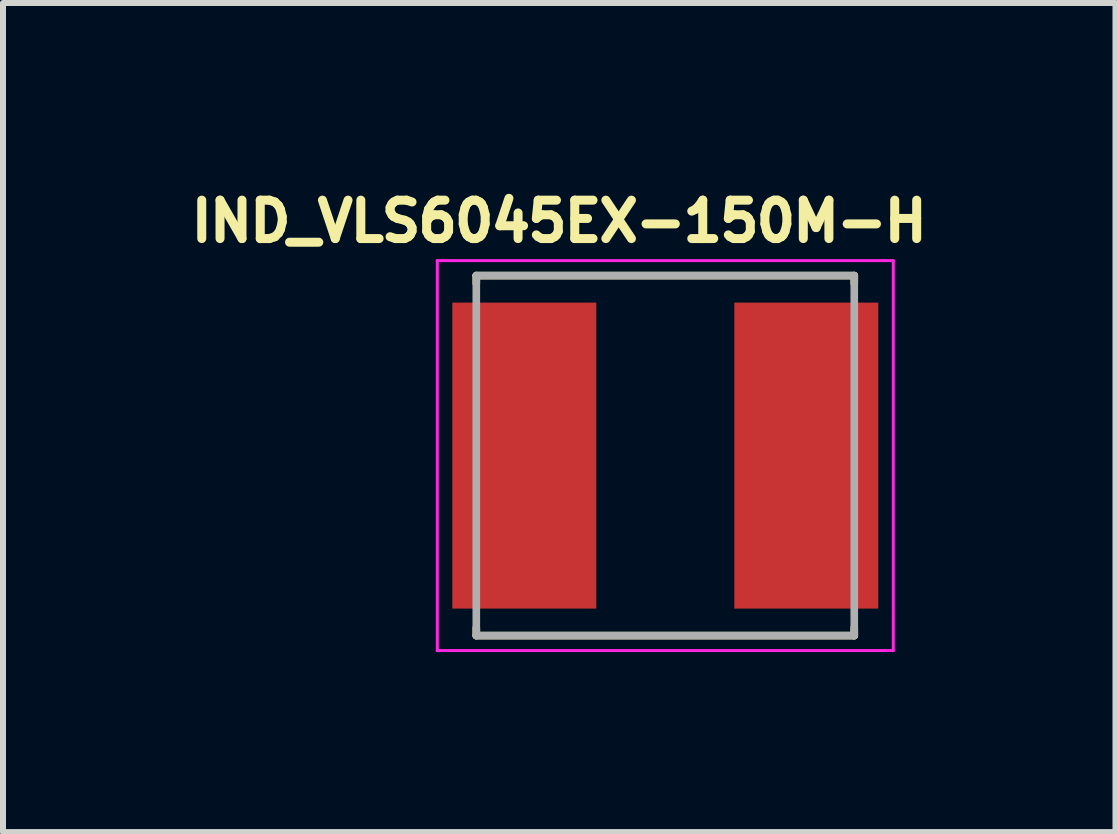
<source format=kicad_pcb>
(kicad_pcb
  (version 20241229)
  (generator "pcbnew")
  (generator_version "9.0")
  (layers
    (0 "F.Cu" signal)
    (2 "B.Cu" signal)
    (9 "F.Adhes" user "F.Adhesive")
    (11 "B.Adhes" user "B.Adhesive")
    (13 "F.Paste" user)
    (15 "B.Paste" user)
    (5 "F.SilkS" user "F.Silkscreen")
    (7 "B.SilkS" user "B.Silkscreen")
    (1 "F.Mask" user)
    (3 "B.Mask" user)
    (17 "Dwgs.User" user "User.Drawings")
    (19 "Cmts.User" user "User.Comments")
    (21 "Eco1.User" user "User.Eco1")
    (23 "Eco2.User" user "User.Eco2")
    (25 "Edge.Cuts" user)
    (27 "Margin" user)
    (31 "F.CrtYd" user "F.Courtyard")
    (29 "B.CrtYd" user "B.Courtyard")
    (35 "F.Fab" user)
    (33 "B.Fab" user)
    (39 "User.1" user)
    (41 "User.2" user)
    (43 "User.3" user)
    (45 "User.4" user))
  (footprint "IND_VLS6045EX-150M-H"
    (layer "F.Cu")
    (at 8.039 4.544)
    (property "Reference" "IND_VLS6045EX-150M-H" (at -1.768 -3.906 0) (layer "F.SilkS") (effects (font (size 0.64 0.64) (thickness 0.15))))
    (attr smd)
    (fp_line (start -3.15 -3) (end -3.15 -2.87) (stroke (width 0.127) (type solid)) (layer "F.SilkS"))
    (fp_line (start -3.15 -3) (end 3.15 -3) (stroke (width 0.127) (type solid)) (layer "F.SilkS"))
    (fp_line (start -3.15 3) (end -3.15 2.87) (stroke (width 0.127) (type solid)) (layer "F.SilkS"))
    (fp_line (start -3.15 3) (end 3.15 3) (stroke (width 0.127) (type solid)) (layer "F.SilkS"))
    (fp_line (start 3.15 -3) (end 3.15 -2.87) (stroke (width 0.127) (type solid)) (layer "F.SilkS"))
    (fp_line (start 3.15 3) (end 3.15 2.87) (stroke (width 0.127) (type solid)) (layer "F.SilkS"))
    (fp_line (start -3.8 -3.25) (end -3.8 3.25) (stroke (width 0.05) (type solid)) (layer "F.CrtYd"))
    (fp_line (start -3.8 3.25) (end 3.8 3.25) (stroke (width 0.05) (type solid)) (layer "F.CrtYd"))
    (fp_line (start 3.8 -3.25) (end -3.8 -3.25) (stroke (width 0.05) (type solid)) (layer "F.CrtYd"))
    (fp_line (start 3.8 3.25) (end 3.8 -3.25) (stroke (width 0.05) (type solid)) (layer "F.CrtYd"))
    (fp_line (start -3.15 -3) (end -3.15 3) (stroke (width 0.127) (type solid)) (layer "F.Fab"))
    (fp_line (start -3.15 -3) (end 3.15 -3) (stroke (width 0.127) (type solid)) (layer "F.Fab"))
    (fp_line (start -3.15 3) (end 3.15 3) (stroke (width 0.127) (type solid)) (layer "F.Fab"))
    (fp_line (start 3.15 -3) (end 3.15 3) (stroke (width 0.127) (type solid)) (layer "F.Fab"))
    (pad "1" smd rect (at -2.35 0) (size 2.4 5.1) (layers "F.Cu" "F.Mask" "F.Paste"))
    (pad "2" smd rect (at 2.35 0) (size 2.4 5.1) (layers "F.Cu" "F.Mask" "F.Paste")))
  (gr_rect
    (start -3 -3)
    (end 15.543 10.819)
    (stroke (width 0.1) (type default))
    (fill no)
    (layer "Edge.Cuts")))
</source>
